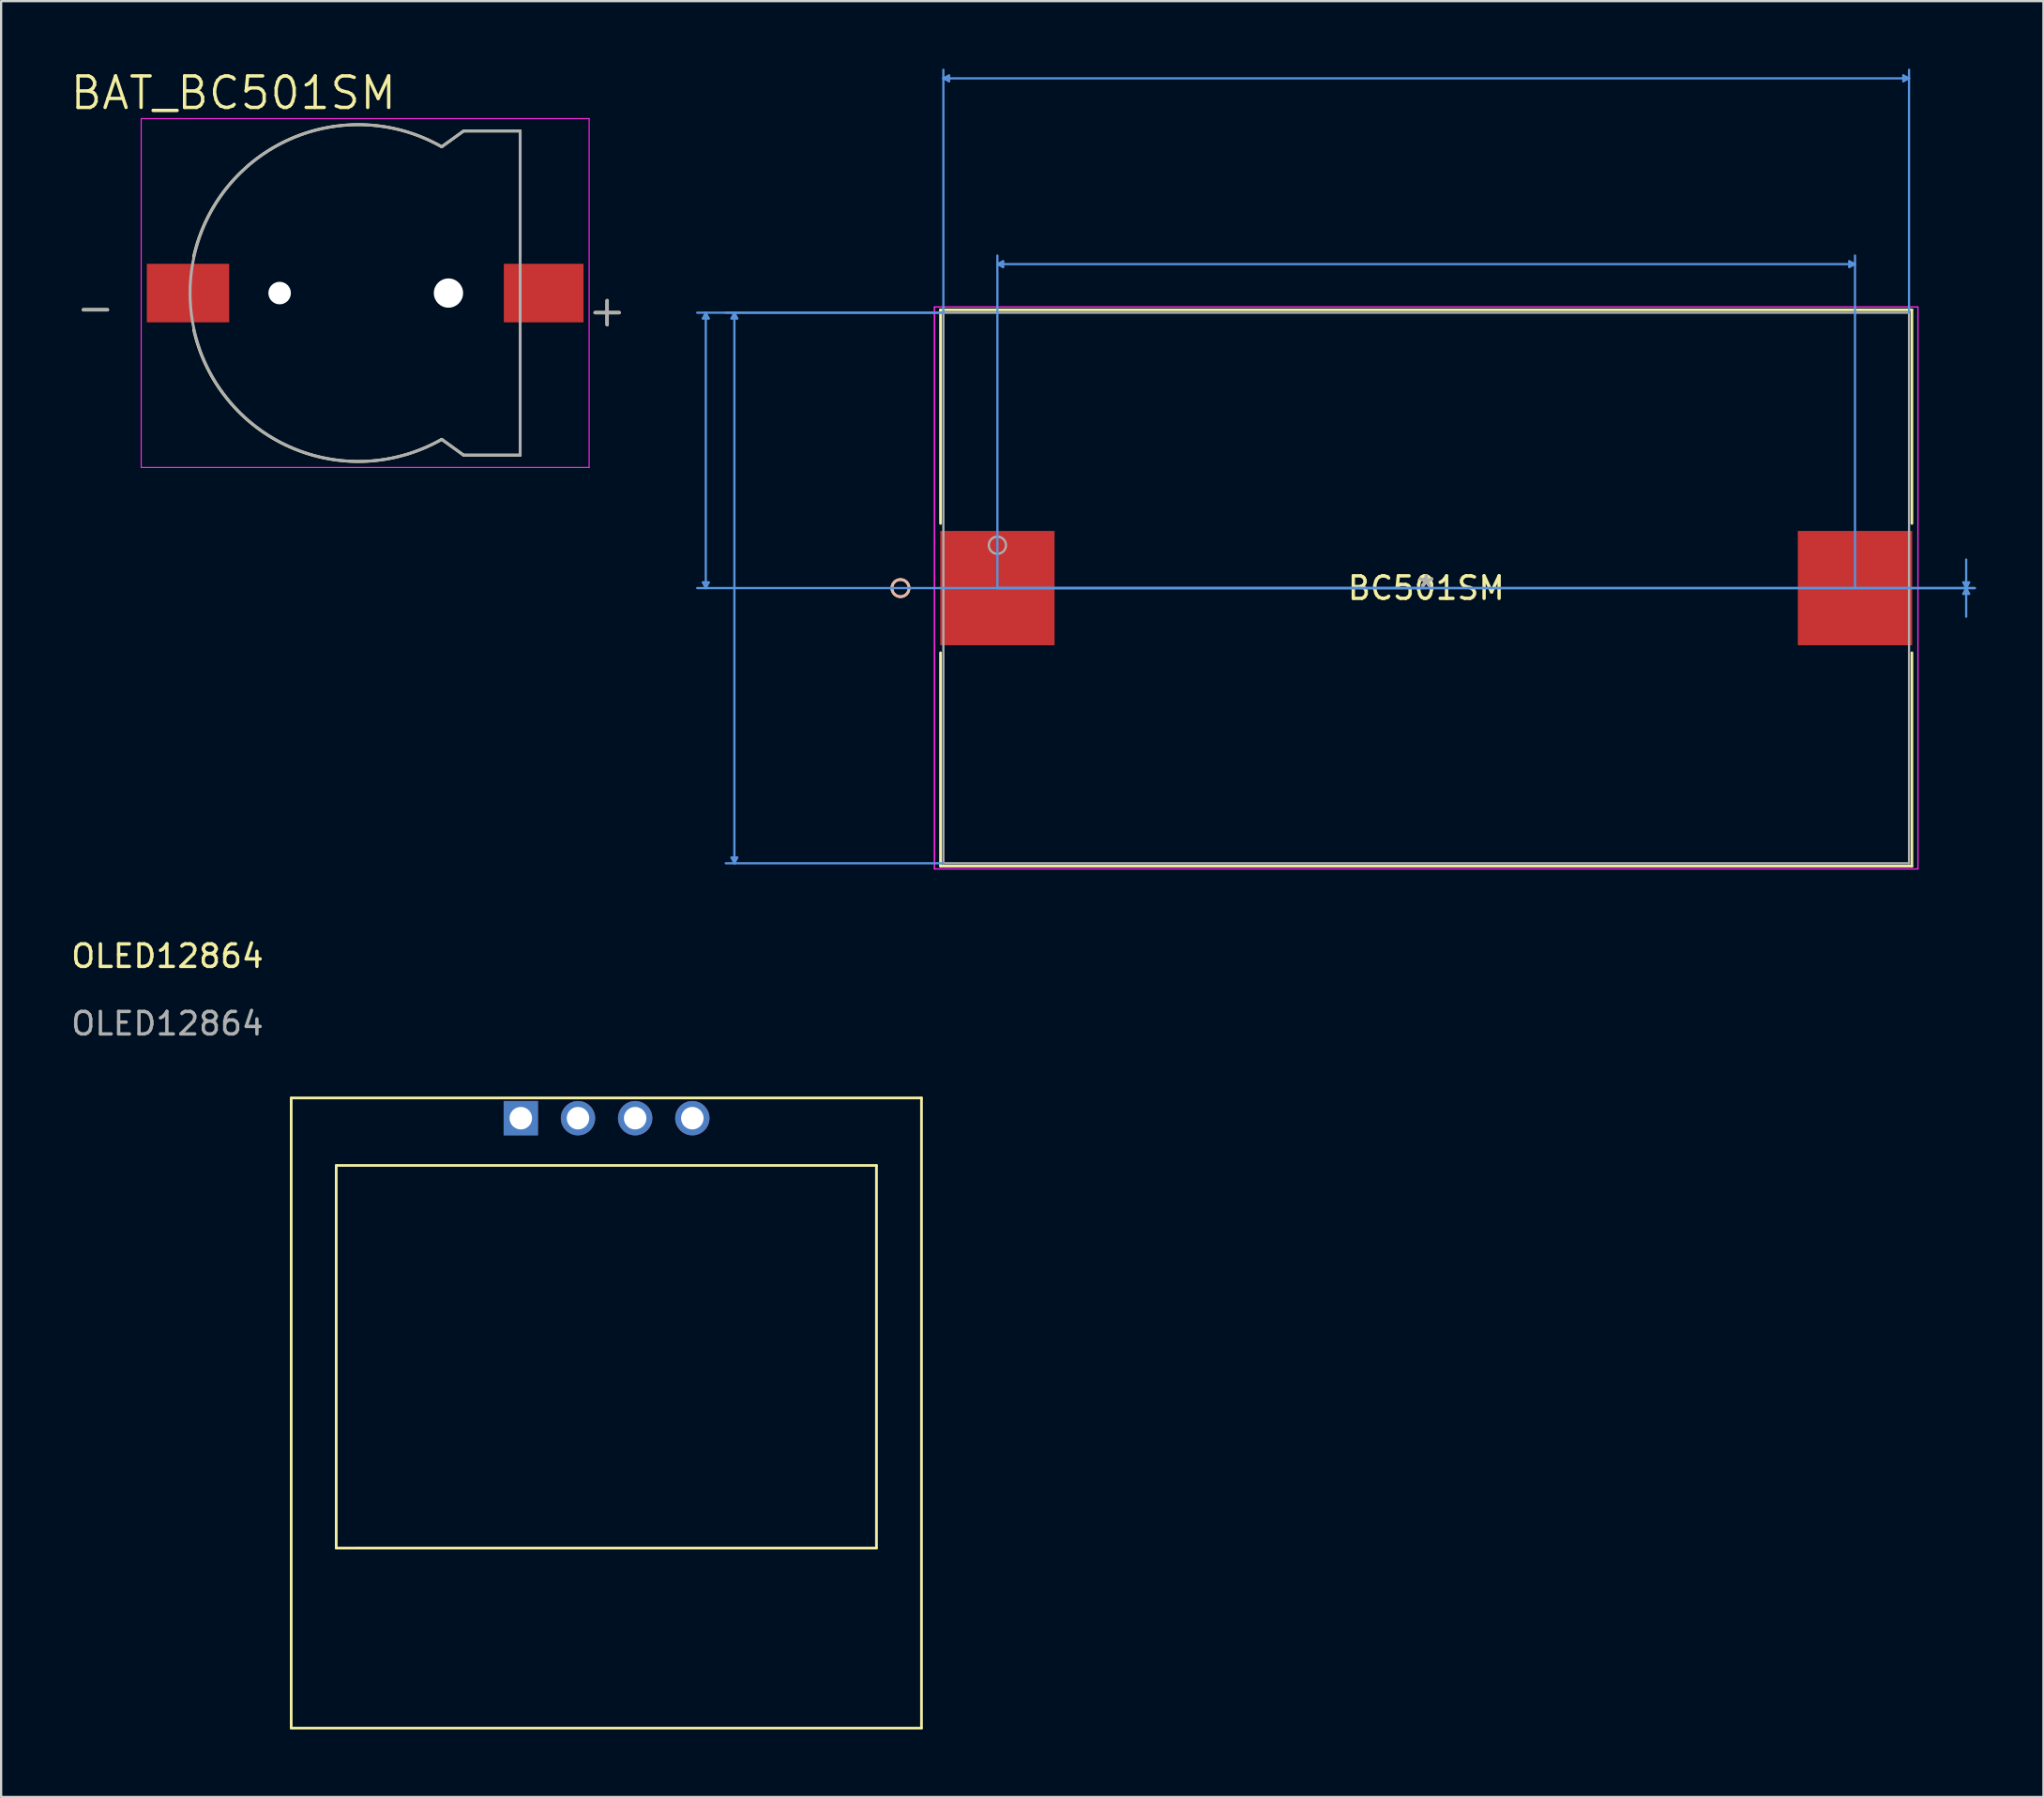
<source format=kicad_pcb>
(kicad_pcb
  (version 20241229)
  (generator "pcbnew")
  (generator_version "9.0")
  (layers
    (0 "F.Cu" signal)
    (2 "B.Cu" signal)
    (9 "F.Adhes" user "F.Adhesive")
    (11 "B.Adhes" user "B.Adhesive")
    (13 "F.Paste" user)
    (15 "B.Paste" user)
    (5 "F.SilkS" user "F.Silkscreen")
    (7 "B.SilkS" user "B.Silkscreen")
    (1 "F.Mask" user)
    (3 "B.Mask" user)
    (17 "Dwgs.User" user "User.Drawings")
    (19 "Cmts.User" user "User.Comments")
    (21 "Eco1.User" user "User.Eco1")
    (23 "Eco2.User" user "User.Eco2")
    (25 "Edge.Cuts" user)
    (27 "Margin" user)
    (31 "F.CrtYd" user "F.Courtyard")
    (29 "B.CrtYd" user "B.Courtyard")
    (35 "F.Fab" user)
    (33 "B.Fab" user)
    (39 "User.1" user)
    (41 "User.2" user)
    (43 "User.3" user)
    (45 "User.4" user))
  (footprint "BAT_BC501SM"
    (layer "F.Cu")
    (at 12.873 9.971)
    (property "Reference" "BAT_BC501SM" (at -5.555 -8.889 0) (layer "F.SilkS") (effects (font (size 1.4 1.4) (thickness 0.15))))
    (attr through_hole)
    (fp_line (start 4.67 -7.2) (end 3.7 -6.5) (stroke (width 0.127) (type solid)) (layer "F.SilkS"))
    (fp_line (start 4.67 7.2) (end 3.7 6.5) (stroke (width 0.127) (type solid)) (layer "F.SilkS"))
    (fp_line (start 7.185 -7.2) (end 4.67 -7.2) (stroke (width 0.127) (type solid)) (layer "F.SilkS"))
    (fp_line (start 7.185 -7.2) (end 7.185 -1.62) (stroke (width 0.127) (type solid)) (layer "F.SilkS"))
    (fp_line (start 7.185 1.62) (end 7.185 7.2) (stroke (width 0.127) (type solid)) (layer "F.SilkS"))
    (fp_line (start 7.185 7.2) (end 4.67 7.2) (stroke (width 0.127) (type solid)) (layer "F.SilkS"))
    (fp_arc (start -7.319999 -1.62) (mid -3.042265 -6.842697) (end 3.7 -6.5) (stroke (width 0.127) (type solid)) (layer "F.SilkS"))
    (fp_arc (start 3.700001 6.5) (mid -3.042265 6.842698) (end -7.32 1.62) (stroke (width 0.127) (type solid)) (layer "F.SilkS"))
    (fp_line (start -9.65 -7.75) (end 10.25 -7.75) (stroke (width 0.05) (type solid)) (layer "F.CrtYd"))
    (fp_line (start -9.65 7.75) (end -9.65 -7.75) (stroke (width 0.05) (type solid)) (layer "F.CrtYd"))
    (fp_line (start 10.25 -7.75) (end 10.25 7.75) (stroke (width 0.05) (type solid)) (layer "F.CrtYd"))
    (fp_line (start 10.25 7.75) (end -9.65 7.75) (stroke (width 0.05) (type solid)) (layer "F.CrtYd"))
    (fp_line (start 4.67 -7.2) (end 3.7 -6.5) (stroke (width 0.127) (type solid)) (layer "F.Fab"))
    (fp_line (start 4.67 7.2) (end 3.7 6.5) (stroke (width 0.127) (type solid)) (layer "F.Fab"))
    (fp_line (start 7.185 -7.2) (end 4.67 -7.2) (stroke (width 0.127) (type solid)) (layer "F.Fab"))
    (fp_line (start 7.185 -7.2) (end 7.185 7.2) (stroke (width 0.127) (type solid)) (layer "F.Fab"))
    (fp_line (start 7.185 7.2) (end 4.67 7.2) (stroke (width 0.127) (type solid)) (layer "F.Fab"))
    (fp_arc (start 3.699999 6.5) (mid -7.479336 0) (end 3.7 -6.5) (stroke (width 0.127) (type solid)) (layer "F.Fab"))
    (fp_text user "-" (at -11.684 0.635 0) (layer "F.SilkS") (effects (font (size 1.4 1.4) (thickness 0.15))))
    (fp_text user "+" (at 11.049 0.762 0) (layer "F.SilkS") (effects (font (size 1.4 1.4) (thickness 0.15))))
    (fp_text user "+" (at 11.049 0.762 0) (layer "F.Fab") (effects (font (size 1.4 1.4) (thickness 0.15))))
    (fp_text user "-" (at -11.684 0.635 0) (layer "F.Fab") (effects (font (size 1.4 1.4) (thickness 0.15))))
    (pad "" np_thru_hole circle (at -3.5 0) (size 1 1) (drill 1) (layers "*.Cu" "*.Mask"))
    (pad "" np_thru_hole circle (at 4 0) (size 1.3 1.3) (drill 1.3) (layers "*.Cu" "*.Mask"))
    (pad "1" smd rect (at 8.23 0 180) (size 3.54 2.6) (layers "F.Cu" "F.Mask" "F.Paste"))
    (pad "2" smd rect (at -7.57 0) (size 3.66 2.6) (layers "F.Cu" "F.Mask" "F.Paste")))
  (footprint "BC501SM"
    (layer "F.Cu")
    (at 60.309 23.075)
    (property "Reference" "BC501SM" (at 0 0.005 0) (layer "F.SilkS") (effects (font (size 1 1) (thickness 0.15))))
    (attr through_hole)
    (fp_line (start -21.577 -12.357) (end -21.577 -2.868) (stroke (width 0.12) (type solid)) (layer "F.SilkS"))
    (fp_line (start -21.577 2.878) (end -21.577 12.357) (stroke (width 0.12) (type solid)) (layer "F.SilkS"))
    (fp_line (start -21.577 12.357) (end 21.577 12.357) (stroke (width 0.12) (type solid)) (layer "F.SilkS"))
    (fp_line (start 21.577 -12.357) (end -21.577 -12.357) (stroke (width 0.12) (type solid)) (layer "F.SilkS"))
    (fp_line (start 21.577 -2.868) (end 21.577 -12.357) (stroke (width 0.12) (type solid)) (layer "F.SilkS"))
    (fp_line (start 21.577 12.357) (end 21.577 2.878) (stroke (width 0.12) (type solid)) (layer "F.SilkS"))
    (fp_circle (center -23.355 0.005) (end -22.974 0.005) (stroke (width 0.12) (type solid)) (fill no) (layer "F.SilkS"))
    (fp_circle (center -23.355 0.005) (end -22.974 0.005) (stroke (width 0.12) (type solid)) (fill no) (layer "B.SilkS"))
    (fp_line (start -32.131 -11.976) (end -31.877 -11.976) (stroke (width 0.1) (type solid)) (layer "Cmts.User"))
    (fp_line (start -32.131 -0.249) (end -31.877 -0.249) (stroke (width 0.1) (type solid)) (layer "Cmts.User"))
    (fp_line (start -32.004 -12.23) (end -32.131 -11.976) (stroke (width 0.1) (type solid)) (layer "Cmts.User"))
    (fp_line (start -32.004 -12.23) (end -32.004 0.005) (stroke (width 0.1) (type solid)) (layer "Cmts.User"))
    (fp_line (start -32.004 -12.23) (end -31.877 -11.976) (stroke (width 0.1) (type solid)) (layer "Cmts.User"))
    (fp_line (start -32.004 0.005) (end -32.131 -0.249) (stroke (width 0.1) (type solid)) (layer "Cmts.User"))
    (fp_line (start -32.004 0.005) (end -31.877 -0.249) (stroke (width 0.1) (type solid)) (layer "Cmts.User"))
    (fp_line (start -30.861 -11.976) (end -30.607 -11.976) (stroke (width 0.1) (type solid)) (layer "Cmts.User"))
    (fp_line (start -30.861 11.976) (end -30.607 11.976) (stroke (width 0.1) (type solid)) (layer "Cmts.User"))
    (fp_line (start -30.734 -12.23) (end -30.861 -11.976) (stroke (width 0.1) (type solid)) (layer "Cmts.User"))
    (fp_line (start -30.734 -12.23) (end -30.734 12.23) (stroke (width 0.1) (type solid)) (layer "Cmts.User"))
    (fp_line (start -30.734 -12.23) (end -30.607 -11.976) (stroke (width 0.1) (type solid)) (layer "Cmts.User"))
    (fp_line (start -30.734 12.23) (end -30.861 11.976) (stroke (width 0.1) (type solid)) (layer "Cmts.User"))
    (fp_line (start -30.734 12.23) (end -30.607 11.976) (stroke (width 0.1) (type solid)) (layer "Cmts.User"))
    (fp_line (start -21.45 -22.644) (end -21.196 -22.771) (stroke (width 0.1) (type solid)) (layer "Cmts.User"))
    (fp_line (start -21.45 -22.644) (end -21.196 -22.517) (stroke (width 0.1) (type solid)) (layer "Cmts.User"))
    (fp_line (start -21.45 -22.644) (end 21.45 -22.644) (stroke (width 0.1) (type solid)) (layer "Cmts.User"))
    (fp_line (start -21.45 -12.23) (end -32.385 -12.23) (stroke (width 0.1) (type solid)) (layer "Cmts.User"))
    (fp_line (start -21.45 -12.23) (end -31.115 -12.23) (stroke (width 0.1) (type solid)) (layer "Cmts.User"))
    (fp_line (start -21.45 -12.23) (end -21.45 -23.025) (stroke (width 0.1) (type solid)) (layer "Cmts.User"))
    (fp_line (start -21.45 12.23) (end -31.115 12.23) (stroke (width 0.1) (type solid)) (layer "Cmts.User"))
    (fp_line (start -21.196 -22.771) (end -21.196 -22.517) (stroke (width 0.1) (type solid)) (layer "Cmts.User"))
    (fp_line (start -19.05 -14.389) (end -18.796 -14.516) (stroke (width 0.1) (type solid)) (layer "Cmts.User"))
    (fp_line (start -19.05 -14.389) (end -18.796 -14.262) (stroke (width 0.1) (type solid)) (layer "Cmts.User"))
    (fp_line (start -19.05 -14.389) (end 19.05 -14.389) (stroke (width 0.1) (type solid)) (layer "Cmts.User"))
    (fp_line (start -19.05 0.005) (end -19.05 -14.77) (stroke (width 0.1) (type solid)) (layer "Cmts.User"))
    (fp_line (start -19.05 0.005) (end 24.371 0.005) (stroke (width 0.1) (type solid)) (layer "Cmts.User"))
    (fp_line (start -19.05 0.005) (end 24.371 0.005) (stroke (width 0.1) (type solid)) (layer "Cmts.User"))
    (fp_line (start -18.796 -14.516) (end -18.796 -14.262) (stroke (width 0.1) (type solid)) (layer "Cmts.User"))
    (fp_line (start 0 0.005) (end -32.385 0.005) (stroke (width 0.1) (type solid)) (layer "Cmts.User"))
    (fp_line (start 18.796 -14.516) (end 18.796 -14.262) (stroke (width 0.1) (type solid)) (layer "Cmts.User"))
    (fp_line (start 19.05 -14.389) (end 18.796 -14.516) (stroke (width 0.1) (type solid)) (layer "Cmts.User"))
    (fp_line (start 19.05 -14.389) (end 18.796 -14.262) (stroke (width 0.1) (type solid)) (layer "Cmts.User"))
    (fp_line (start 19.05 0.005) (end 19.05 -14.77) (stroke (width 0.1) (type solid)) (layer "Cmts.User"))
    (fp_line (start 21.196 -22.771) (end 21.196 -22.517) (stroke (width 0.1) (type solid)) (layer "Cmts.User"))
    (fp_line (start 21.45 -22.644) (end 21.196 -22.771) (stroke (width 0.1) (type solid)) (layer "Cmts.User"))
    (fp_line (start 21.45 -22.644) (end 21.196 -22.517) (stroke (width 0.1) (type solid)) (layer "Cmts.User"))
    (fp_line (start 21.45 -12.23) (end 21.45 -23.025) (stroke (width 0.1) (type solid)) (layer "Cmts.User"))
    (fp_line (start 23.863 -0.249) (end 24.117 -0.249) (stroke (width 0.1) (type solid)) (layer "Cmts.User"))
    (fp_line (start 23.863 0.259) (end 24.117 0.259) (stroke (width 0.1) (type solid)) (layer "Cmts.User"))
    (fp_line (start 23.99 0.005) (end 23.863 -0.249) (stroke (width 0.1) (type solid)) (layer "Cmts.User"))
    (fp_line (start 23.99 0.005) (end 23.863 0.259) (stroke (width 0.1) (type solid)) (layer "Cmts.User"))
    (fp_line (start 23.99 0.005) (end 23.99 -1.265) (stroke (width 0.1) (type solid)) (layer "Cmts.User"))
    (fp_line (start 23.99 0.005) (end 23.99 1.275) (stroke (width 0.1) (type solid)) (layer "Cmts.User"))
    (fp_line (start 23.99 0.005) (end 24.117 -0.249) (stroke (width 0.1) (type solid)) (layer "Cmts.User"))
    (fp_line (start 23.99 0.005) (end 24.117 0.259) (stroke (width 0.1) (type solid)) (layer "Cmts.User"))
    (fp_line (start -21.844 -12.484) (end -21.844 12.484) (stroke (width 0.05) (type solid)) (layer "F.CrtYd"))
    (fp_line (start -21.844 -12.484) (end -21.844 12.484) (stroke (width 0.05) (type solid)) (layer "F.CrtYd"))
    (fp_line (start -21.844 12.484) (end 21.844 12.484) (stroke (width 0.05) (type solid)) (layer "F.CrtYd"))
    (fp_line (start -21.844 12.484) (end 21.844 12.484) (stroke (width 0.05) (type solid)) (layer "F.CrtYd"))
    (fp_line (start 21.844 -12.484) (end -21.844 -12.484) (stroke (width 0.05) (type solid)) (layer "F.CrtYd"))
    (fp_line (start 21.844 -12.484) (end -21.844 -12.484) (stroke (width 0.05) (type solid)) (layer "F.CrtYd"))
    (fp_line (start 21.844 12.484) (end 21.844 -12.484) (stroke (width 0.05) (type solid)) (layer "F.CrtYd"))
    (fp_line (start 21.844 12.484) (end 21.844 -12.484) (stroke (width 0.05) (type solid)) (layer "F.CrtYd"))
    (fp_line (start -21.45 -12.23) (end -21.45 12.23) (stroke (width 0.1) (type solid)) (layer "F.Fab"))
    (fp_line (start -21.45 12.23) (end 21.45 12.23) (stroke (width 0.1) (type solid)) (layer "F.Fab"))
    (fp_line (start 21.45 -12.23) (end -21.45 -12.23) (stroke (width 0.1) (type solid)) (layer "F.Fab"))
    (fp_line (start 21.45 12.23) (end 21.45 -12.23) (stroke (width 0.1) (type solid)) (layer "F.Fab"))
    (fp_circle (center -19.05 -1.9) (end -18.669 -1.9) (stroke (width 0.1) (type solid)) (fill no) (layer "F.Fab"))
    (fp_text user "*" (at 0 0 0) (layer "F.SilkS") (effects (font (size 1 1) (thickness 0.15))))
    (fp_text user "Copyright 2021 Accelerated Designs. All rights reserved." (at 0 0 0) (layer "Cmts.User") (effects (font (size 0.127 0.127) (thickness 0.002))))
    (fp_text user "*" (at 0 0 0) (layer "F.Fab") (effects (font (size 1 1) (thickness 0.15))))
    (pad "1" smd rect (at -19.05 0.005) (size 5.08 5.08) (layers "F.Cu" "F.Mask" "F.Paste"))
    (pad "2" smd rect (at 19.05 0.005) (size 5.08 5.08) (layers "F.Cu" "F.Mask" "F.Paste")))
  (footprint "OLED12864"
    (layer "F.Cu")
    (at 9.887 45.732)
    (property "Reference" "OLED12864" (at -5.5 -6.3 0) (unlocked yes) (layer "F.SilkS") (effects (font (size 1 1) (thickness 0.15))))
    (attr through_hole)
    (fp_line (start 0 0) (end 0 28) (stroke (width 0.12) (type solid)) (layer "F.SilkS"))
    (fp_line (start 0 28) (end 28 28) (stroke (width 0.12) (type solid)) (layer "F.SilkS"))
    (fp_line (start 2 3) (end 26 3) (stroke (width 0.12) (type solid)) (layer "F.SilkS"))
    (fp_line (start 2 20) (end 2 3) (stroke (width 0.12) (type solid)) (layer "F.SilkS"))
    (fp_line (start 3 20) (end 2 20) (stroke (width 0.12) (type solid)) (layer "F.SilkS"))
    (fp_line (start 26 3) (end 26 20) (stroke (width 0.12) (type solid)) (layer "F.SilkS"))
    (fp_line (start 26 20) (end 3 20) (stroke (width 0.12) (type solid)) (layer "F.SilkS"))
    (fp_line (start 28 0) (end 0 0) (stroke (width 0.12) (type solid)) (layer "F.SilkS"))
    (fp_line (start 28 28) (end 28 0) (stroke (width 0.12) (type solid)) (layer "F.SilkS"))
    (fp_text user "${REFERENCE}" (at -5.5 -3.3 0) (unlocked yes) (layer "F.Fab") (effects (font (size 1 1) (thickness 0.15))))
    (pad "1" thru_hole rect (at 10.2 0.9) (size 1.524 1.524) (drill 1) (layers "*.Cu" "*.Mask"))
    (pad "2" thru_hole circle (at 12.74 0.9) (size 1.524 1.524) (drill 1) (layers "*.Cu" "*.Mask"))
    (pad "3" thru_hole circle (at 15.28 0.9) (size 1.524 1.524) (drill 1) (layers "*.Cu" "*.Mask"))
    (pad "4" thru_hole circle (at 17.82 0.9) (size 1.524 1.524) (drill 1) (layers "*.Cu" "*.Mask")))
  (gr_rect
    (start -3 -3)
    (end 87.73 76.792)
    (stroke (width 0.1) (type default))
    (fill no)
    (layer "Edge.Cuts")))
</source>
